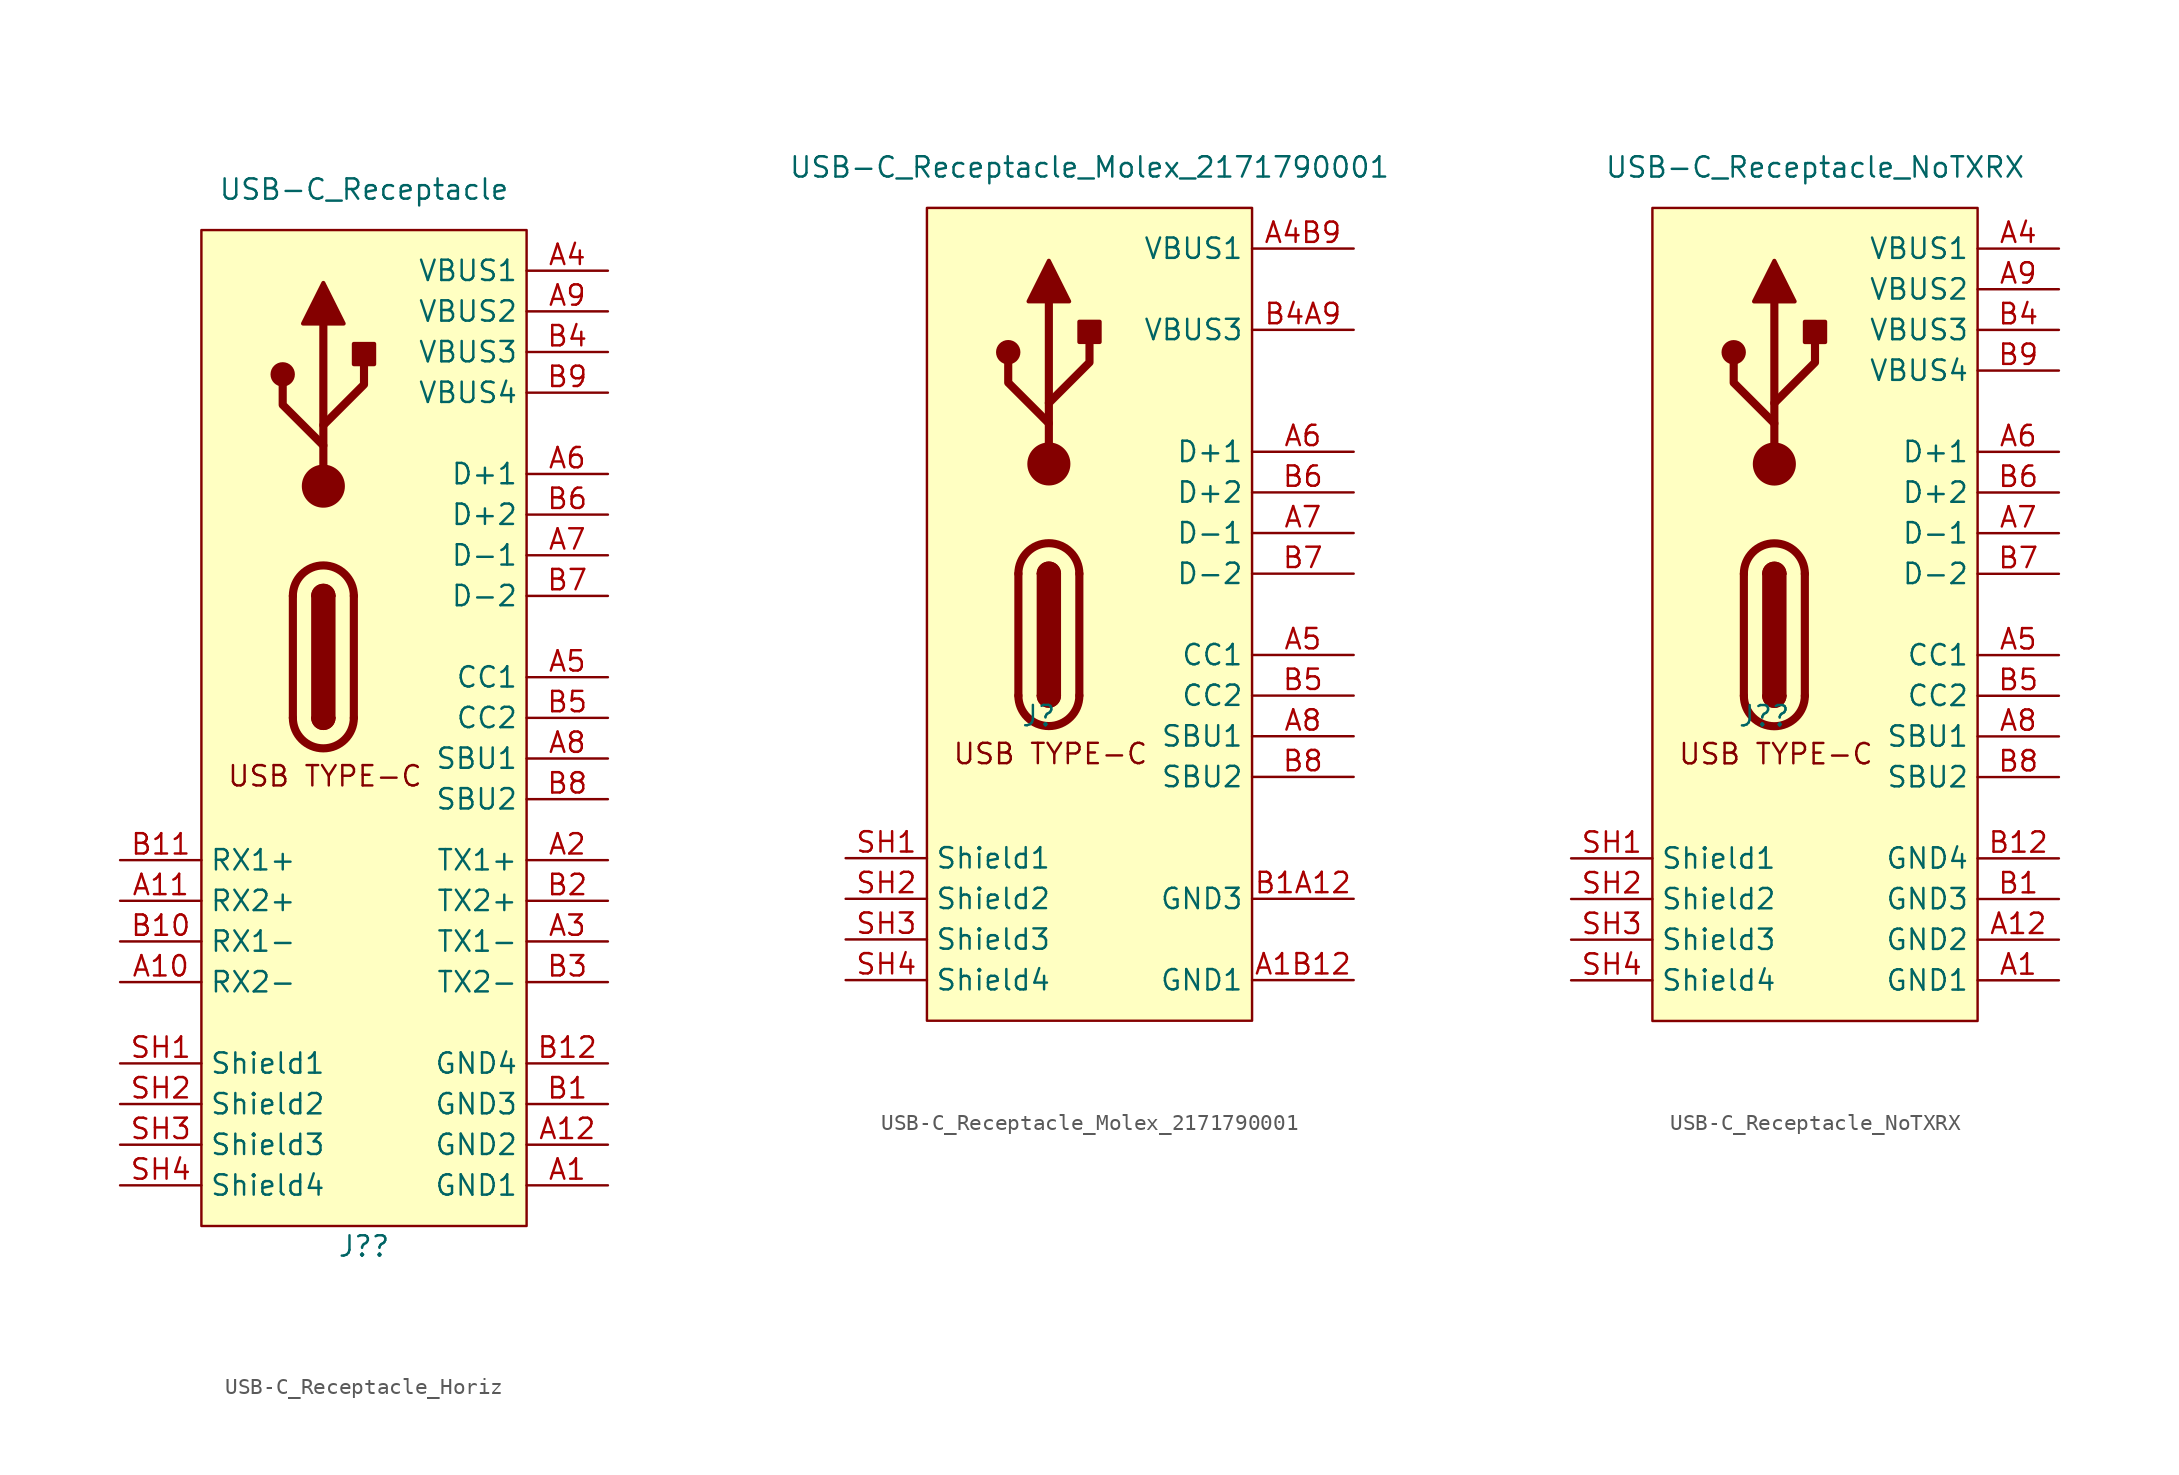
<source format=kicad_sym>
(kicad_symbol_lib
  (version 20241209)
  (generator "kicad_symbol_editor")
  (generator_version "9.0")
  (symbol "USB-C_Receptacle_Horiz"
    (property "Reference" "J?"
      (at 0 -34.29 0)
      (effects (font (size 1.27 1.27))))
    (property "Value" "USB-C_Receptacle"
      (at 0 31.75 0)
      (effects (font (size 1.27 1.27))))
    (symbol "USB-C_Receptacle_Horiz_0_1"
      (polyline (pts (xy -4.445 -1.27) (xy -4.445 6.35)) (stroke (width 0.508) (type default)) (fill (type none)))
      (rectangle (start -3.175 -1.27) (end -1.905 6.35) (stroke (width 0.254) (type default)) (fill (type outline)))
      (arc (start -3.175 6.35) (mid -2.54 6.9823) (end -1.905 6.35) (stroke (width 0.254) (type default)) (fill (type none)))
      (arc (start -3.175 6.35) (mid -2.54 6.9823) (end -1.905 6.35) (stroke (width 0.254) (type default)) (fill (type outline)))
      (arc (start -4.445 6.35) (mid -2.54 8.2467) (end -0.635 6.35) (stroke (width 0.508) (type default)) (fill (type none)))
      (arc (start -0.635 -1.27) (mid -2.54 -3.1667) (end -4.445 -1.27) (stroke (width 0.508) (type default)) (fill (type none)))
      (arc (start -1.905 -1.27) (mid -2.54 -1.9023) (end -3.175 -1.27) (stroke (width 0.254) (type default)) (fill (type none)))
      (arc (start -1.905 -1.27) (mid -2.54 -1.9023) (end -3.175 -1.27) (stroke (width 0.254) (type default)) (fill (type outline)))
      (polyline (pts (xy -0.635 6.35) (xy -0.635 -1.27)) (stroke (width 0.508) (type default)) (fill (type none))))
    (symbol "USB-C_Receptacle_Horiz_1_0"
      (rectangle (start -10.16 29.21) (end 10.16 -33.02) (stroke (width 0) (type default)) (fill (type background)))
      (text "USB TYPE-C" (at -2.442 -4.168 0) (effects (font (size 1.27 1.27)) (justify top)))
      (pin passive line (at -15.24 -10.16 0) (length 5.08) (name "RX1+" (effects (font (size 1.27 1.27)))) (number "B11" (effects (font (size 1.27 1.27)))))
      (pin passive line (at -15.24 -12.7 0) (length 5.08) (name "RX2+" (effects (font (size 1.27 1.27)))) (number "A11" (effects (font (size 1.27 1.27)))))
      (pin passive line (at -15.24 -15.24 0) (length 5.08) (name "RX1-" (effects (font (size 1.27 1.27)))) (number "B10" (effects (font (size 1.27 1.27)))))
      (pin passive line (at -15.24 -17.78 0) (length 5.08) (name "RX2-" (effects (font (size 1.27 1.27)))) (number "A10" (effects (font (size 1.27 1.27)))))
      (pin passive line (at -15.24 -22.86 0) (length 5.08) (name "Shield1" (effects (font (size 1.27 1.27)))) (number "SH1" (effects (font (size 1.27 1.27)))))
      (pin passive line (at -15.24 -25.4 0) (length 5.08) (name "Shield2" (effects (font (size 1.27 1.27)))) (number "SH2" (effects (font (size 1.27 1.27)))))
      (pin passive line (at -15.24 -27.94 0) (length 5.08) (name "Shield3" (effects (font (size 1.27 1.27)))) (number "SH3" (effects (font (size 1.27 1.27)))))
      (pin passive line (at -15.24 -30.48 0) (length 5.08) (name "Shield4" (effects (font (size 1.27 1.27)))) (number "SH4" (effects (font (size 1.27 1.27)))))
      (pin passive line (at 15.24 26.67 180) (length 5.08) (name "VBUS1" (effects (font (size 1.27 1.27)))) (number "A4" (effects (font (size 1.27 1.27)))))
      (pin passive line (at 15.24 24.13 180) (length 5.08) (name "VBUS2" (effects (font (size 1.27 1.27)))) (number "A9" (effects (font (size 1.27 1.27)))))
      (pin passive line (at 15.24 21.59 180) (length 5.08) (name "VBUS3" (effects (font (size 1.27 1.27)))) (number "B4" (effects (font (size 1.27 1.27)))))
      (pin passive line (at 15.24 19.05 180) (length 5.08) (name "VBUS4" (effects (font (size 1.27 1.27)))) (number "B9" (effects (font (size 1.27 1.27)))))
      (pin passive line (at 15.24 13.97 180) (length 5.08) (name "D+1" (effects (font (size 1.27 1.27)))) (number "A6" (effects (font (size 1.27 1.27)))))
      (pin passive line (at 15.24 11.43 180) (length 5.08) (name "D+2" (effects (font (size 1.27 1.27)))) (number "B6" (effects (font (size 1.27 1.27)))))
      (pin passive line (at 15.24 8.89 180) (length 5.08) (name "D-1" (effects (font (size 1.27 1.27)))) (number "A7" (effects (font (size 1.27 1.27)))))
      (pin passive line (at 15.24 6.35 180) (length 5.08) (name "D-2" (effects (font (size 1.27 1.27)))) (number "B7" (effects (font (size 1.27 1.27)))))
      (pin passive line (at 15.24 1.27 180) (length 5.08) (name "CC1" (effects (font (size 1.27 1.27)))) (number "A5" (effects (font (size 1.27 1.27)))))
      (pin passive line (at 15.24 -1.27 180) (length 5.08) (name "CC2" (effects (font (size 1.27 1.27)))) (number "B5" (effects (font (size 1.27 1.27)))))
      (pin passive line (at 15.24 -3.81 180) (length 5.08) (name "SBU1" (effects (font (size 1.27 1.27)))) (number "A8" (effects (font (size 1.27 1.27)))))
      (pin passive line (at 15.24 -6.35 180) (length 5.08) (name "SBU2" (effects (font (size 1.27 1.27)))) (number "B8" (effects (font (size 1.27 1.27)))))
      (pin passive line (at 15.24 -10.16 180) (length 5.08) (name "TX1+" (effects (font (size 1.27 1.27)))) (number "A2" (effects (font (size 1.27 1.27)))))
      (pin passive line (at 15.24 -12.7 180) (length 5.08) (name "TX2+" (effects (font (size 1.27 1.27)))) (number "B2" (effects (font (size 1.27 1.27)))))
      (pin passive line (at 15.24 -15.24 180) (length 5.08) (name "TX1-" (effects (font (size 1.27 1.27)))) (number "A3" (effects (font (size 1.27 1.27)))))
      (pin passive line (at 15.24 -17.78 180) (length 5.08) (name "TX2-" (effects (font (size 1.27 1.27)))) (number "B3" (effects (font (size 1.27 1.27)))))
      (pin passive line (at 15.24 -22.86 180) (length 5.08) (name "GND4" (effects (font (size 1.27 1.27)))) (number "B12" (effects (font (size 1.27 1.27)))))
      (pin passive line (at 15.24 -25.4 180) (length 5.08) (name "GND3" (effects (font (size 1.27 1.27)))) (number "B1" (effects (font (size 1.27 1.27)))))
      (pin passive line (at 15.24 -27.94 180) (length 5.08) (name "GND2" (effects (font (size 1.27 1.27)))) (number "A12" (effects (font (size 1.27 1.27)))))
      (pin passive line (at 15.24 -30.48 180) (length 5.08) (name "GND1" (effects (font (size 1.27 1.27)))) (number "A1" (effects (font (size 1.27 1.27))))))
    (symbol "USB-C_Receptacle_Horiz_1_1"
      (circle (center -5.08 20.193) (radius 0.635) (stroke (width 0.254) (type default)) (fill (type outline)))
      (polyline (pts (xy -3.81 23.368) (xy -2.54 25.908) (xy -1.27 23.368) (xy -3.81 23.368)) (stroke (width 0.254) (type default)) (fill (type outline)))
      (polyline (pts (xy -2.54 17.018) (xy 0 19.558) (xy 0 20.828)) (stroke (width 0.508) (type default)) (fill (type none)))
      (polyline (pts (xy -2.54 15.748) (xy -5.08 18.288) (xy -5.08 19.558)) (stroke (width 0.508) (type default)) (fill (type none)))
      (circle (center -2.54 13.208) (radius 1.27) (stroke (width 0) (type default)) (fill (type outline)))
      (polyline (pts (xy -2.54 13.208) (xy -2.54 23.368)) (stroke (width 0.508) (type default)) (fill (type none)))
      (rectangle (start -0.635 20.828) (end 0.635 22.098) (stroke (width 0.254) (type default)) (fill (type outline)))))
  (symbol "USB-C_Receptacle_Molex_2171790001"
    (property "Reference" "J"
      (at -3.175 -2.54 0)
      (effects (font (size 1.27 1.27))))
    (property "Value" "USB-C_Receptacle_Molex_2171790001"
      (at 0 31.75 0)
      (effects (font (size 1.27 1.27))))
    (symbol "USB-C_Receptacle_Molex_2171790001_0_1"
      (polyline (pts (xy -4.445 -1.27) (xy -4.445 6.35)) (stroke (width 0.508) (type default)) (fill (type none)))
      (rectangle (start -3.175 -1.27) (end -1.905 6.35) (stroke (width 0.254) (type default)) (fill (type outline)))
      (arc (start -3.175 6.35) (mid -2.54 6.9823) (end -1.905 6.35) (stroke (width 0.254) (type default)) (fill (type none)))
      (arc (start -3.175 6.35) (mid -2.54 6.9823) (end -1.905 6.35) (stroke (width 0.254) (type default)) (fill (type outline)))
      (arc (start -4.445 6.35) (mid -2.54 8.2467) (end -0.635 6.35) (stroke (width 0.508) (type default)) (fill (type none)))
      (arc (start -0.635 -1.27) (mid -2.54 -3.1667) (end -4.445 -1.27) (stroke (width 0.508) (type default)) (fill (type none)))
      (arc (start -1.905 -1.27) (mid -2.54 -1.9023) (end -3.175 -1.27) (stroke (width 0.254) (type default)) (fill (type none)))
      (arc (start -1.905 -1.27) (mid -2.54 -1.9023) (end -3.175 -1.27) (stroke (width 0.254) (type default)) (fill (type outline)))
      (polyline (pts (xy -0.635 6.35) (xy -0.635 -1.27)) (stroke (width 0.508) (type default)) (fill (type none))))
    (symbol "USB-C_Receptacle_Molex_2171790001_1_0"
      (rectangle (start -10.16 29.21) (end 10.16 -21.59) (stroke (width 0) (type default)) (fill (type background)))
      (text "USB TYPE-C" (at -2.442 -4.168 0) (effects (font (size 1.27 1.27)) (justify top)))
      (pin passive line (at -15.24 -11.43 0) (length 5.08) (name "Shield1" (effects (font (size 1.27 1.27)))) (number "SH1" (effects (font (size 1.27 1.27)))))
      (pin passive line (at -15.24 -13.97 0) (length 5.08) (name "Shield2" (effects (font (size 1.27 1.27)))) (number "SH2" (effects (font (size 1.27 1.27)))))
      (pin passive line (at -15.24 -16.51 0) (length 5.08) (name "Shield3" (effects (font (size 1.27 1.27)))) (number "SH3" (effects (font (size 1.27 1.27)))))
      (pin passive line (at -15.24 -19.05 0) (length 5.08) (name "Shield4" (effects (font (size 1.27 1.27)))) (number "SH4" (effects (font (size 1.27 1.27)))))
      (pin passive line (at 16.51 26.67 180) (length 6.35) (name "VBUS1" (effects (font (size 1.27 1.27)))) (number "A4B9" (effects (font (size 1.27 1.27)))))
      (pin passive line (at 16.51 21.59 180) (length 6.35) (name "VBUS3" (effects (font (size 1.27 1.27)))) (number "B4A9" (effects (font (size 1.27 1.27)))))
      (pin passive line (at 16.51 13.97 180) (length 6.35) (name "D+1" (effects (font (size 1.27 1.27)))) (number "A6" (effects (font (size 1.27 1.27)))))
      (pin passive line (at 16.51 11.43 180) (length 6.35) (name "D+2" (effects (font (size 1.27 1.27)))) (number "B6" (effects (font (size 1.27 1.27)))))
      (pin passive line (at 16.51 8.89 180) (length 6.35) (name "D-1" (effects (font (size 1.27 1.27)))) (number "A7" (effects (font (size 1.27 1.27)))))
      (pin passive line (at 16.51 6.35 180) (length 6.35) (name "D-2" (effects (font (size 1.27 1.27)))) (number "B7" (effects (font (size 1.27 1.27)))))
      (pin passive line (at 16.51 1.27 180) (length 6.35) (name "CC1" (effects (font (size 1.27 1.27)))) (number "A5" (effects (font (size 1.27 1.27)))))
      (pin passive line (at 16.51 -1.27 180) (length 6.35) (name "CC2" (effects (font (size 1.27 1.27)))) (number "B5" (effects (font (size 1.27 1.27)))))
      (pin passive line (at 16.51 -3.81 180) (length 6.35) (name "SBU1" (effects (font (size 1.27 1.27)))) (number "A8" (effects (font (size 1.27 1.27)))))
      (pin passive line (at 16.51 -6.35 180) (length 6.35) (name "SBU2" (effects (font (size 1.27 1.27)))) (number "B8" (effects (font (size 1.27 1.27)))))
      (pin passive line (at 16.51 -13.97 180) (length 6.35) (name "GND3" (effects (font (size 1.27 1.27)))) (number "B1A12" (effects (font (size 1.27 1.27)))))
      (pin passive line (at 16.51 -19.05 180) (length 6.35) (name "GND1" (effects (font (size 1.27 1.27)))) (number "A1B12" (effects (font (size 1.27 1.27))))))
    (symbol "USB-C_Receptacle_Molex_2171790001_1_1"
      (circle (center -5.08 20.193) (radius 0.635) (stroke (width 0.254) (type default)) (fill (type outline)))
      (polyline (pts (xy -3.81 23.368) (xy -2.54 25.908) (xy -1.27 23.368) (xy -3.81 23.368)) (stroke (width 0.254) (type default)) (fill (type outline)))
      (polyline (pts (xy -2.54 17.018) (xy 0 19.558) (xy 0 20.828)) (stroke (width 0.508) (type default)) (fill (type none)))
      (polyline (pts (xy -2.54 15.748) (xy -5.08 18.288) (xy -5.08 19.558)) (stroke (width 0.508) (type default)) (fill (type none)))
      (circle (center -2.54 13.208) (radius 1.27) (stroke (width 0) (type default)) (fill (type outline)))
      (polyline (pts (xy -2.54 13.208) (xy -2.54 23.368)) (stroke (width 0.508) (type default)) (fill (type none)))
      (rectangle (start -0.635 20.828) (end 0.635 22.098) (stroke (width 0.254) (type default)) (fill (type outline)))))
  (symbol "USB-C_Receptacle_NoTXRX"
    (property "Reference" "J?"
      (at -3.175 -2.54 0)
      (effects (font (size 1.27 1.27))))
    (property "Value" "USB-C_Receptacle_NoTXRX"
      (at 0 31.75 0)
      (effects (font (size 1.27 1.27))))
    (symbol "USB-C_Receptacle_NoTXRX_0_1"
      (polyline (pts (xy -4.445 -1.27) (xy -4.445 6.35)) (stroke (width 0.508) (type default)) (fill (type none)))
      (rectangle (start -3.175 -1.27) (end -1.905 6.35) (stroke (width 0.254) (type default)) (fill (type outline)))
      (arc (start -3.175 6.35) (mid -2.54 6.9823) (end -1.905 6.35) (stroke (width 0.254) (type default)) (fill (type none)))
      (arc (start -3.175 6.35) (mid -2.54 6.9823) (end -1.905 6.35) (stroke (width 0.254) (type default)) (fill (type outline)))
      (arc (start -4.445 6.35) (mid -2.54 8.2467) (end -0.635 6.35) (stroke (width 0.508) (type default)) (fill (type none)))
      (arc (start -0.635 -1.27) (mid -2.54 -3.1667) (end -4.445 -1.27) (stroke (width 0.508) (type default)) (fill (type none)))
      (arc (start -1.905 -1.27) (mid -2.54 -1.9023) (end -3.175 -1.27) (stroke (width 0.254) (type default)) (fill (type none)))
      (arc (start -1.905 -1.27) (mid -2.54 -1.9023) (end -3.175 -1.27) (stroke (width 0.254) (type default)) (fill (type outline)))
      (polyline (pts (xy -0.635 6.35) (xy -0.635 -1.27)) (stroke (width 0.508) (type default)) (fill (type none))))
    (symbol "USB-C_Receptacle_NoTXRX_1_0"
      (rectangle (start -10.16 29.21) (end 10.16 -21.59) (stroke (width 0) (type default)) (fill (type background)))
      (text "USB TYPE-C" (at -2.442 -4.168 0) (effects (font (size 1.27 1.27)) (justify top)))
      (pin passive line (at -15.24 -11.43 0) (length 5.08) (name "Shield1" (effects (font (size 1.27 1.27)))) (number "SH1" (effects (font (size 1.27 1.27)))))
      (pin passive line (at -15.24 -13.97 0) (length 5.08) (name "Shield2" (effects (font (size 1.27 1.27)))) (number "SH2" (effects (font (size 1.27 1.27)))))
      (pin passive line (at -15.24 -16.51 0) (length 5.08) (name "Shield3" (effects (font (size 1.27 1.27)))) (number "SH3" (effects (font (size 1.27 1.27)))))
      (pin passive line (at -15.24 -19.05 0) (length 5.08) (name "Shield4" (effects (font (size 1.27 1.27)))) (number "SH4" (effects (font (size 1.27 1.27)))))
      (pin passive line (at 15.24 26.67 180) (length 5.08) (name "VBUS1" (effects (font (size 1.27 1.27)))) (number "A4" (effects (font (size 1.27 1.27)))))
      (pin passive line (at 15.24 24.13 180) (length 5.08) (name "VBUS2" (effects (font (size 1.27 1.27)))) (number "A9" (effects (font (size 1.27 1.27)))))
      (pin passive line (at 15.24 21.59 180) (length 5.08) (name "VBUS3" (effects (font (size 1.27 1.27)))) (number "B4" (effects (font (size 1.27 1.27)))))
      (pin passive line (at 15.24 19.05 180) (length 5.08) (name "VBUS4" (effects (font (size 1.27 1.27)))) (number "B9" (effects (font (size 1.27 1.27)))))
      (pin passive line (at 15.24 13.97 180) (length 5.08) (name "D+1" (effects (font (size 1.27 1.27)))) (number "A6" (effects (font (size 1.27 1.27)))))
      (pin passive line (at 15.24 11.43 180) (length 5.08) (name "D+2" (effects (font (size 1.27 1.27)))) (number "B6" (effects (font (size 1.27 1.27)))))
      (pin passive line (at 15.24 8.89 180) (length 5.08) (name "D-1" (effects (font (size 1.27 1.27)))) (number "A7" (effects (font (size 1.27 1.27)))))
      (pin passive line (at 15.24 6.35 180) (length 5.08) (name "D-2" (effects (font (size 1.27 1.27)))) (number "B7" (effects (font (size 1.27 1.27)))))
      (pin passive line (at 15.24 1.27 180) (length 5.08) (name "CC1" (effects (font (size 1.27 1.27)))) (number "A5" (effects (font (size 1.27 1.27)))))
      (pin passive line (at 15.24 -1.27 180) (length 5.08) (name "CC2" (effects (font (size 1.27 1.27)))) (number "B5" (effects (font (size 1.27 1.27)))))
      (pin passive line (at 15.24 -3.81 180) (length 5.08) (name "SBU1" (effects (font (size 1.27 1.27)))) (number "A8" (effects (font (size 1.27 1.27)))))
      (pin passive line (at 15.24 -6.35 180) (length 5.08) (name "SBU2" (effects (font (size 1.27 1.27)))) (number "B8" (effects (font (size 1.27 1.27)))))
      (pin passive line (at 15.24 -11.43 180) (length 5.08) (name "GND4" (effects (font (size 1.27 1.27)))) (number "B12" (effects (font (size 1.27 1.27)))))
      (pin passive line (at 15.24 -13.97 180) (length 5.08) (name "GND3" (effects (font (size 1.27 1.27)))) (number "B1" (effects (font (size 1.27 1.27)))))
      (pin passive line (at 15.24 -16.51 180) (length 5.08) (name "GND2" (effects (font (size 1.27 1.27)))) (number "A12" (effects (font (size 1.27 1.27)))))
      (pin passive line (at 15.24 -19.05 180) (length 5.08) (name "GND1" (effects (font (size 1.27 1.27)))) (number "A1" (effects (font (size 1.27 1.27))))))
    (symbol "USB-C_Receptacle_NoTXRX_1_1"
      (circle (center -5.08 20.193) (radius 0.635) (stroke (width 0.254) (type default)) (fill (type outline)))
      (polyline (pts (xy -3.81 23.368) (xy -2.54 25.908) (xy -1.27 23.368) (xy -3.81 23.368)) (stroke (width 0.254) (type default)) (fill (type outline)))
      (polyline (pts (xy -2.54 17.018) (xy 0 19.558) (xy 0 20.828)) (stroke (width 0.508) (type default)) (fill (type none)))
      (polyline (pts (xy -2.54 15.748) (xy -5.08 18.288) (xy -5.08 19.558)) (stroke (width 0.508) (type default)) (fill (type none)))
      (circle (center -2.54 13.208) (radius 1.27) (stroke (width 0) (type default)) (fill (type outline)))
      (polyline (pts (xy -2.54 13.208) (xy -2.54 23.368)) (stroke (width 0.508) (type default)) (fill (type none)))
      (rectangle (start -0.635 20.828) (end 0.635 22.098) (stroke (width 0.254) (type default)) (fill (type outline))))))
</source>
